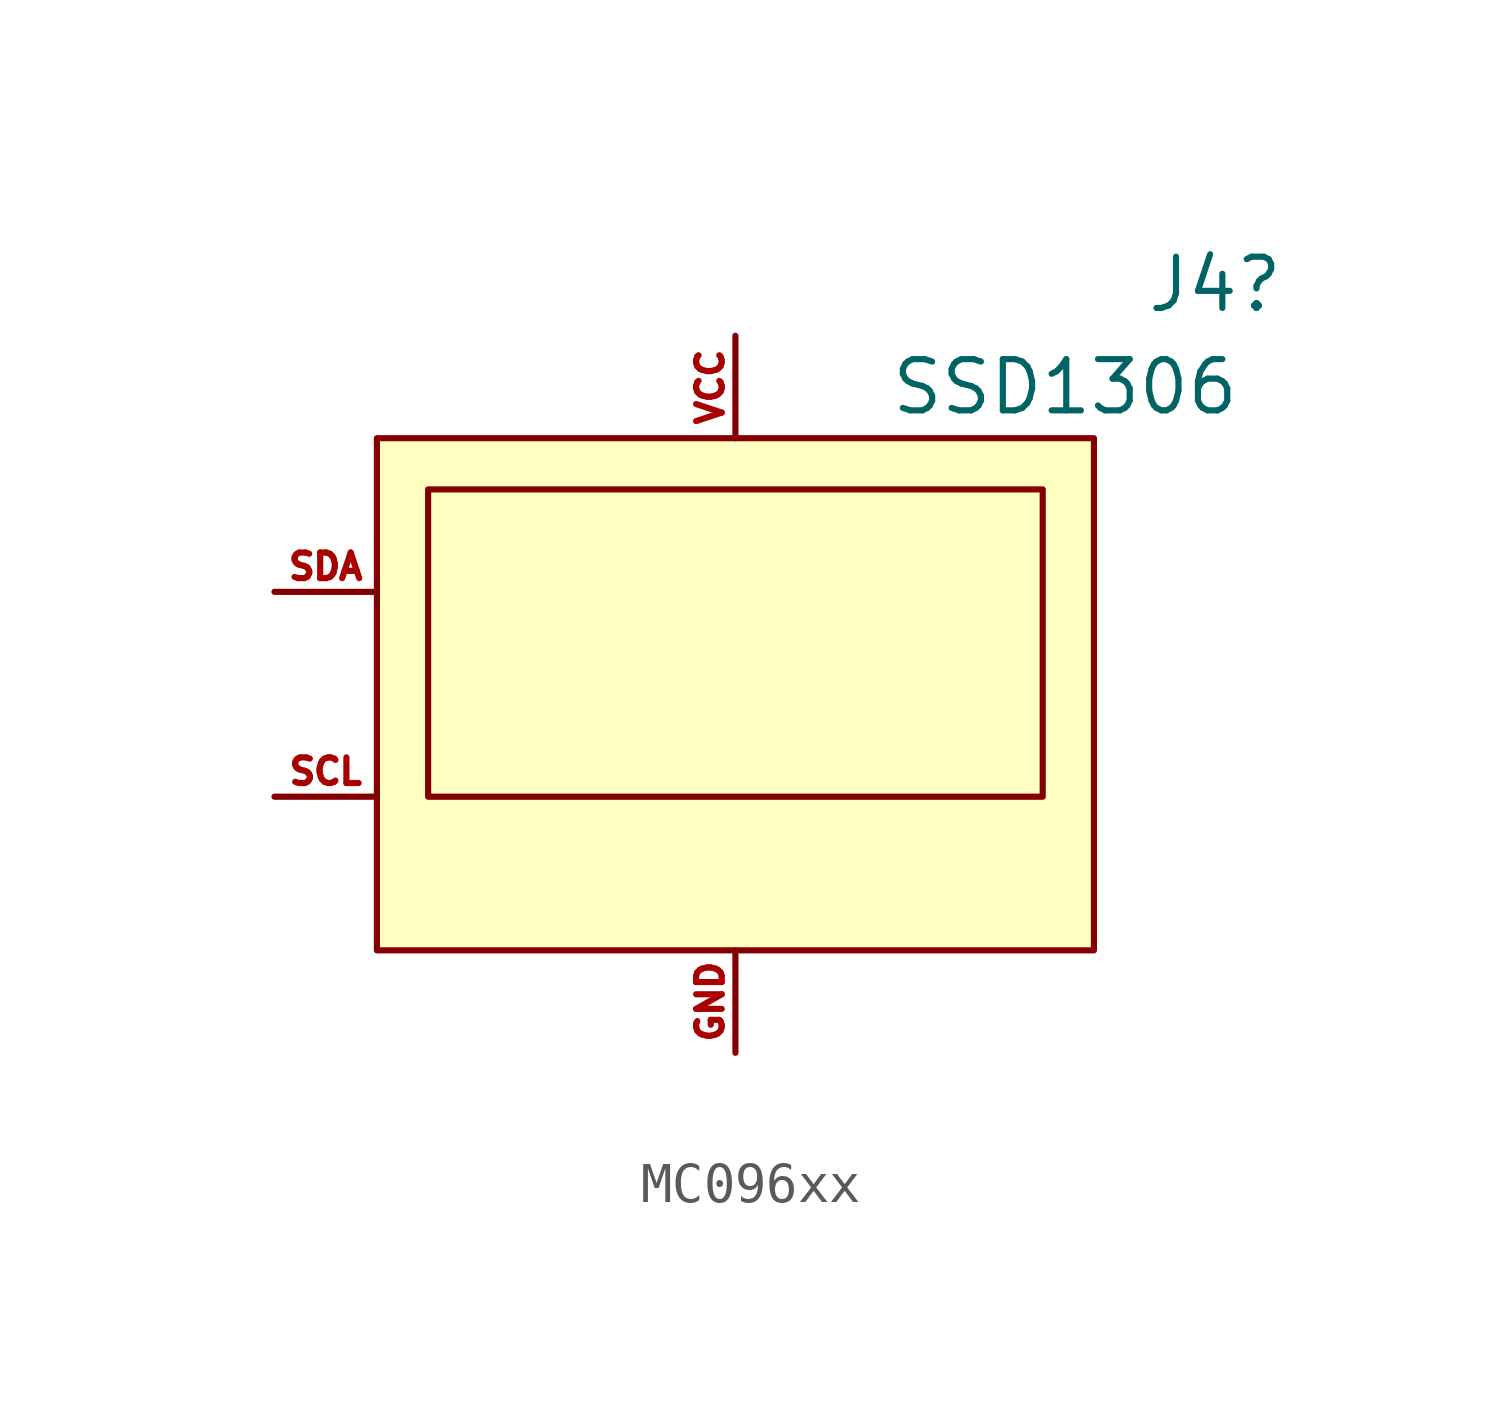
<source format=kicad_sym>
(kicad_symbol_lib
  (version 20220914)
  (generator kicad_symbol_editor)
  (symbol "MC096xx"
    (pin_names
      (offset 1.016))
    (property "Reference" "J4"
      (at 10.16 10.16 0)
      (effects (font (size 1.27 1.27)) (justify left)))
    (property "Value" "SSD1306"
      (at 3.81 7.62 0)
      (effects (font (size 1.27 1.27)) (justify left)))
    (symbol "MC096xx_1_1"
      (rectangle (start -8.89 6.35) (end 8.89 -6.35) (stroke (width 0) (type solid)) (fill (type background)))
      (rectangle (start -7.62 5.08) (end 7.62 -2.54) (stroke (width 0) (type solid)) (fill (type none)))
      (pin power_in line (at 0 -8.89 90) (length 2.54) (name "GND" (effects (font (size 0 0)))) (number "GND" (effects (font (size 0.635 0.635)))))
      (pin input line (at -11.43 -2.54 0) (length 2.54) (name "SCL" (effects (font (size 0 0)))) (number "SCL" (effects (font (size 0.635 0.635)))))
      (pin input line (at -11.43 2.54 0) (length 2.54) (name "SDA" (effects (font (size 0 0)))) (number "SDA" (effects (font (size 0.635 0.635)))))
      (pin power_in line (at 0 8.89 270) (length 2.54) (name "VCC" (effects (font (size 0 0)))) (number "VCC" (effects (font (size 0.635 0.635))))))))
</source>
